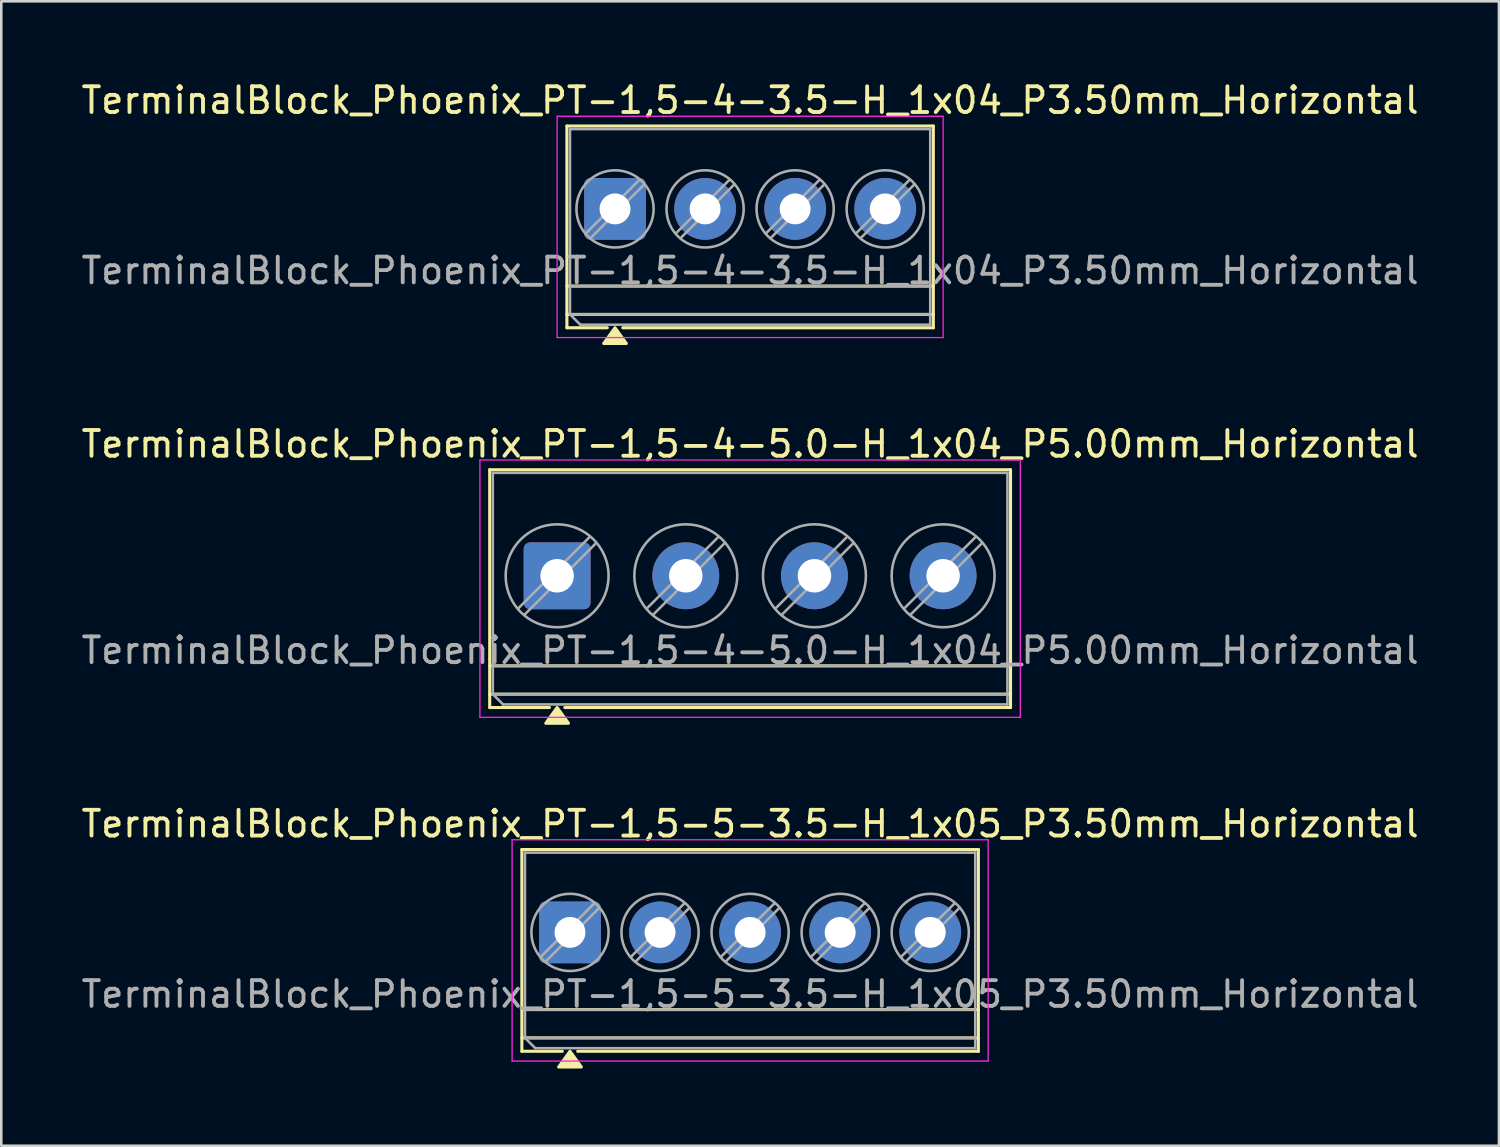
<source format=kicad_pcb>
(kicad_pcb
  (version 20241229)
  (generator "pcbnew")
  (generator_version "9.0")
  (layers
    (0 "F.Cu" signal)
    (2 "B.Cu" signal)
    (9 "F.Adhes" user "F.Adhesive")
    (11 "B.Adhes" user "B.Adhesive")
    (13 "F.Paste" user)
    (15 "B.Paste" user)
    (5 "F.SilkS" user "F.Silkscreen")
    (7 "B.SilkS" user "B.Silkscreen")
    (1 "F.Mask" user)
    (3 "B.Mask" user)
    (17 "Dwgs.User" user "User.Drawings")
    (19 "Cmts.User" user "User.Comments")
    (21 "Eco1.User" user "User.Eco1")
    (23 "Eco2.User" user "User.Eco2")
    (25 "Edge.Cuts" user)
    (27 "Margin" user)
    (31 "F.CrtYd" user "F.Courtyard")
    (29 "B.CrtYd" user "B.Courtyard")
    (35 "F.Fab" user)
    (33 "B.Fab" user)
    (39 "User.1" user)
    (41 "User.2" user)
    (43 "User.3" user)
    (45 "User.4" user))
  (footprint "TerminalBlock_Phoenix_PT-1,5-5-3.5-H_1x05_P3.50mm_Horizontal"
    (layer "F.Cu")
    (at 19.101 33.185)
    (property "Reference" "TerminalBlock_Phoenix_PT-1,5-5-3.5-H_1x05_P3.50mm_Horizontal" (at 7 -4.22 0) (layer "F.SilkS") (effects (font (size 1 1) (thickness 0.15))))
    (attr through_hole)
    (fp_line (start -1.87 -3.22) (end -1.87 4.62) (stroke (width 0.12) (type solid)) (layer "F.SilkS"))
    (fp_line (start -1.87 -3.22) (end 15.87 -3.22) (stroke (width 0.12) (type solid)) (layer "F.SilkS"))
    (fp_line (start -1.87 3) (end 15.87 3) (stroke (width 0.12) (type solid)) (layer "F.SilkS"))
    (fp_line (start -1.87 4.1) (end 15.87 4.1) (stroke (width 0.12) (type solid)) (layer "F.SilkS"))
    (fp_line (start -1.87 4.62) (end -0.3 4.62) (stroke (width 0.12) (type solid)) (layer "F.SilkS"))
    (fp_line (start 0.3 4.62) (end 15.87 4.62) (stroke (width 0.12) (type solid)) (layer "F.SilkS"))
    (fp_line (start 15.87 -3.22) (end 15.87 4.62) (stroke (width 0.12) (type solid)) (layer "F.SilkS"))
    (fp_poly (pts (xy 0 4.62) (xy 0.44 5.23) (xy -0.44 5.23)) (stroke (width 0.12) (type solid)) (fill yes) (layer "F.SilkS"))
    (fp_line (start -2.25 -3.6) (end -2.25 5) (stroke (width 0.05) (type solid)) (layer "F.CrtYd"))
    (fp_line (start -2.25 5) (end 16.25 5) (stroke (width 0.05) (type solid)) (layer "F.CrtYd"))
    (fp_line (start 16.25 -3.6) (end -2.25 -3.6) (stroke (width 0.05) (type solid)) (layer "F.CrtYd"))
    (fp_line (start 16.25 5) (end 16.25 -3.6) (stroke (width 0.05) (type solid)) (layer "F.CrtYd"))
    (fp_line (start -1.75 -3.1) (end 15.75 -3.1) (stroke (width 0.1) (type solid)) (layer "F.Fab"))
    (fp_line (start -1.75 3) (end 15.75 3) (stroke (width 0.1) (type solid)) (layer "F.Fab"))
    (fp_line (start -1.75 4.1) (end -1.75 -3.1) (stroke (width 0.1) (type solid)) (layer "F.Fab"))
    (fp_line (start -1.75 4.1) (end 15.75 4.1) (stroke (width 0.1) (type solid)) (layer "F.Fab"))
    (fp_line (start -1.35 4.5) (end -1.75 4.1) (stroke (width 0.1) (type solid)) (layer "F.Fab"))
    (fp_line (start 0.955 -1.138) (end -1.138 0.955) (stroke (width 0.1) (type solid)) (layer "F.Fab"))
    (fp_line (start 1.138 -0.955) (end -0.955 1.138) (stroke (width 0.1) (type solid)) (layer "F.Fab"))
    (fp_line (start 4.455 -1.138) (end 2.362 0.955) (stroke (width 0.1) (type solid)) (layer "F.Fab"))
    (fp_line (start 4.638 -0.955) (end 2.545 1.138) (stroke (width 0.1) (type solid)) (layer "F.Fab"))
    (fp_line (start 7.955 -1.138) (end 5.862 0.955) (stroke (width 0.1) (type solid)) (layer "F.Fab"))
    (fp_line (start 8.138 -0.955) (end 6.045 1.138) (stroke (width 0.1) (type solid)) (layer "F.Fab"))
    (fp_line (start 11.455 -1.138) (end 9.362 0.955) (stroke (width 0.1) (type solid)) (layer "F.Fab"))
    (fp_line (start 11.638 -0.955) (end 9.545 1.138) (stroke (width 0.1) (type solid)) (layer "F.Fab"))
    (fp_line (start 14.955 -1.138) (end 12.862 0.955) (stroke (width 0.1) (type solid)) (layer "F.Fab"))
    (fp_line (start 15.138 -0.955) (end 13.045 1.138) (stroke (width 0.1) (type solid)) (layer "F.Fab"))
    (fp_line (start 15.75 -3.1) (end 15.75 4.5) (stroke (width 0.1) (type solid)) (layer "F.Fab"))
    (fp_line (start 15.75 4.5) (end -1.35 4.5) (stroke (width 0.1) (type solid)) (layer "F.Fab"))
    (fp_circle (center 0 0) (end 1.5 0) (stroke (width 0.1) (type solid)) (fill no) (layer "F.Fab"))
    (fp_circle (center 3.5 0) (end 5 0) (stroke (width 0.1) (type solid)) (fill no) (layer "F.Fab"))
    (fp_circle (center 7 0) (end 8.5 0) (stroke (width 0.1) (type solid)) (fill no) (layer "F.Fab"))
    (fp_circle (center 10.5 0) (end 12 0) (stroke (width 0.1) (type solid)) (fill no) (layer "F.Fab"))
    (fp_circle (center 14 0) (end 15.5 0) (stroke (width 0.1) (type solid)) (fill no) (layer "F.Fab"))
    (fp_text user "${REFERENCE}" (at 7 2.4 0) (layer "F.Fab") (effects (font (size 1 1) (thickness 0.15))))
    (pad "1" thru_hole roundrect (at 0 0) (size 2.4 2.4) (drill 1.2) (layers "*.Cu" "*.Mask") (roundrect_rratio 0.104))
    (pad "2" thru_hole circle (at 3.5 0) (size 2.4 2.4) (drill 1.2) (layers "*.Cu" "*.Mask"))
    (pad "3" thru_hole circle (at 7 0) (size 2.4 2.4) (drill 1.2) (layers "*.Cu" "*.Mask"))
    (pad "4" thru_hole circle (at 10.5 0) (size 2.4 2.4) (drill 1.2) (layers "*.Cu" "*.Mask"))
    (pad "5" thru_hole circle (at 14 0) (size 2.4 2.4) (drill 1.2) (layers "*.Cu" "*.Mask")))
  (footprint "TerminalBlock_Phoenix_PT-1,5-4-5.0-H_1x04_P5.00mm_Horizontal"
    (layer "F.Cu")
    (at 18.601 19.326)
    (property "Reference" "TerminalBlock_Phoenix_PT-1,5-4-5.0-H_1x04_P5.00mm_Horizontal" (at 7.5 -5.12 0) (layer "F.SilkS") (effects (font (size 1 1) (thickness 0.15))))
    (attr through_hole)
    (fp_line (start -2.62 -4.12) (end -2.62 5.12) (stroke (width 0.12) (type solid)) (layer "F.SilkS"))
    (fp_line (start -2.62 -4.12) (end 17.62 -4.12) (stroke (width 0.12) (type solid)) (layer "F.SilkS"))
    (fp_line (start -2.62 3.5) (end 17.62 3.5) (stroke (width 0.12) (type solid)) (layer "F.SilkS"))
    (fp_line (start -2.62 4.6) (end 17.62 4.6) (stroke (width 0.12) (type solid)) (layer "F.SilkS"))
    (fp_line (start -2.62 5.12) (end -0.3 5.12) (stroke (width 0.12) (type solid)) (layer "F.SilkS"))
    (fp_line (start 0.3 5.12) (end 17.62 5.12) (stroke (width 0.12) (type solid)) (layer "F.SilkS"))
    (fp_line (start 17.62 -4.12) (end 17.62 5.12) (stroke (width 0.12) (type solid)) (layer "F.SilkS"))
    (fp_poly (pts (xy 0 5.12) (xy 0.44 5.73) (xy -0.44 5.73)) (stroke (width 0.12) (type solid)) (fill yes) (layer "F.SilkS"))
    (fp_line (start -3 -4.5) (end -3 5.5) (stroke (width 0.05) (type solid)) (layer "F.CrtYd"))
    (fp_line (start -3 5.5) (end 18 5.5) (stroke (width 0.05) (type solid)) (layer "F.CrtYd"))
    (fp_line (start 18 -4.5) (end -3 -4.5) (stroke (width 0.05) (type solid)) (layer "F.CrtYd"))
    (fp_line (start 18 5.5) (end 18 -4.5) (stroke (width 0.05) (type solid)) (layer "F.CrtYd"))
    (fp_line (start -2.5 -4) (end 17.5 -4) (stroke (width 0.1) (type solid)) (layer "F.Fab"))
    (fp_line (start -2.5 3.5) (end 17.5 3.5) (stroke (width 0.1) (type solid)) (layer "F.Fab"))
    (fp_line (start -2.5 4.6) (end -2.5 -4) (stroke (width 0.1) (type solid)) (layer "F.Fab"))
    (fp_line (start -2.5 4.6) (end 17.5 4.6) (stroke (width 0.1) (type solid)) (layer "F.Fab"))
    (fp_line (start -2.1 5) (end -2.5 4.6) (stroke (width 0.1) (type solid)) (layer "F.Fab"))
    (fp_line (start 1.273 -1.517) (end -1.517 1.273) (stroke (width 0.1) (type solid)) (layer "F.Fab"))
    (fp_line (start 1.517 -1.273) (end -1.273 1.517) (stroke (width 0.1) (type solid)) (layer "F.Fab"))
    (fp_line (start 6.273 -1.517) (end 3.483 1.273) (stroke (width 0.1) (type solid)) (layer "F.Fab"))
    (fp_line (start 6.517 -1.273) (end 3.727 1.517) (stroke (width 0.1) (type solid)) (layer "F.Fab"))
    (fp_line (start 11.273 -1.517) (end 8.483 1.273) (stroke (width 0.1) (type solid)) (layer "F.Fab"))
    (fp_line (start 11.517 -1.273) (end 8.727 1.517) (stroke (width 0.1) (type solid)) (layer "F.Fab"))
    (fp_line (start 16.273 -1.517) (end 13.483 1.273) (stroke (width 0.1) (type solid)) (layer "F.Fab"))
    (fp_line (start 16.517 -1.273) (end 13.727 1.517) (stroke (width 0.1) (type solid)) (layer "F.Fab"))
    (fp_line (start 17.5 -4) (end 17.5 5) (stroke (width 0.1) (type solid)) (layer "F.Fab"))
    (fp_line (start 17.5 5) (end -2.1 5) (stroke (width 0.1) (type solid)) (layer "F.Fab"))
    (fp_circle (center 0 0) (end 2 0) (stroke (width 0.1) (type solid)) (fill no) (layer "F.Fab"))
    (fp_circle (center 5 0) (end 7 0) (stroke (width 0.1) (type solid)) (fill no) (layer "F.Fab"))
    (fp_circle (center 10 0) (end 12 0) (stroke (width 0.1) (type solid)) (fill no) (layer "F.Fab"))
    (fp_circle (center 15 0) (end 17 0) (stroke (width 0.1) (type solid)) (fill no) (layer "F.Fab"))
    (fp_text user "${REFERENCE}" (at 7.5 2.9 0) (layer "F.Fab") (effects (font (size 1 1) (thickness 0.15))))
    (pad "1" thru_hole roundrect (at 0 0) (size 2.6 2.6) (drill 1.3) (layers "*.Cu" "*.Mask") (roundrect_rratio 0.096))
    (pad "2" thru_hole circle (at 5 0) (size 2.6 2.6) (drill 1.3) (layers "*.Cu" "*.Mask"))
    (pad "3" thru_hole circle (at 10 0) (size 2.6 2.6) (drill 1.3) (layers "*.Cu" "*.Mask"))
    (pad "4" thru_hole circle (at 15 0) (size 2.6 2.6) (drill 1.3) (layers "*.Cu" "*.Mask")))
  (footprint "TerminalBlock_Phoenix_PT-1,5-4-3.5-H_1x04_P3.50mm_Horizontal"
    (layer "F.Cu")
    (at 20.851 5.068)
    (property "Reference" "TerminalBlock_Phoenix_PT-1,5-4-3.5-H_1x04_P3.50mm_Horizontal" (at 5.25 -4.22 0) (layer "F.SilkS") (effects (font (size 1 1) (thickness 0.15))))
    (attr through_hole)
    (fp_line (start -1.87 -3.22) (end -1.87 4.62) (stroke (width 0.12) (type solid)) (layer "F.SilkS"))
    (fp_line (start -1.87 -3.22) (end 12.37 -3.22) (stroke (width 0.12) (type solid)) (layer "F.SilkS"))
    (fp_line (start -1.87 3) (end 12.37 3) (stroke (width 0.12) (type solid)) (layer "F.SilkS"))
    (fp_line (start -1.87 4.1) (end 12.37 4.1) (stroke (width 0.12) (type solid)) (layer "F.SilkS"))
    (fp_line (start -1.87 4.62) (end -0.3 4.62) (stroke (width 0.12) (type solid)) (layer "F.SilkS"))
    (fp_line (start 0.3 4.62) (end 12.37 4.62) (stroke (width 0.12) (type solid)) (layer "F.SilkS"))
    (fp_line (start 12.37 -3.22) (end 12.37 4.62) (stroke (width 0.12) (type solid)) (layer "F.SilkS"))
    (fp_poly (pts (xy 0 4.62) (xy 0.44 5.23) (xy -0.44 5.23)) (stroke (width 0.12) (type solid)) (fill yes) (layer "F.SilkS"))
    (fp_line (start -2.25 -3.6) (end -2.25 5) (stroke (width 0.05) (type solid)) (layer "F.CrtYd"))
    (fp_line (start -2.25 5) (end 12.75 5) (stroke (width 0.05) (type solid)) (layer "F.CrtYd"))
    (fp_line (start 12.75 -3.6) (end -2.25 -3.6) (stroke (width 0.05) (type solid)) (layer "F.CrtYd"))
    (fp_line (start 12.75 5) (end 12.75 -3.6) (stroke (width 0.05) (type solid)) (layer "F.CrtYd"))
    (fp_line (start -1.75 -3.1) (end 12.25 -3.1) (stroke (width 0.1) (type solid)) (layer "F.Fab"))
    (fp_line (start -1.75 3) (end 12.25 3) (stroke (width 0.1) (type solid)) (layer "F.Fab"))
    (fp_line (start -1.75 4.1) (end -1.75 -3.1) (stroke (width 0.1) (type solid)) (layer "F.Fab"))
    (fp_line (start -1.75 4.1) (end 12.25 4.1) (stroke (width 0.1) (type solid)) (layer "F.Fab"))
    (fp_line (start -1.35 4.5) (end -1.75 4.1) (stroke (width 0.1) (type solid)) (layer "F.Fab"))
    (fp_line (start 0.955 -1.138) (end -1.138 0.955) (stroke (width 0.1) (type solid)) (layer "F.Fab"))
    (fp_line (start 1.138 -0.955) (end -0.955 1.138) (stroke (width 0.1) (type solid)) (layer "F.Fab"))
    (fp_line (start 4.455 -1.138) (end 2.362 0.955) (stroke (width 0.1) (type solid)) (layer "F.Fab"))
    (fp_line (start 4.638 -0.955) (end 2.545 1.138) (stroke (width 0.1) (type solid)) (layer "F.Fab"))
    (fp_line (start 7.955 -1.138) (end 5.862 0.955) (stroke (width 0.1) (type solid)) (layer "F.Fab"))
    (fp_line (start 8.138 -0.955) (end 6.045 1.138) (stroke (width 0.1) (type solid)) (layer "F.Fab"))
    (fp_line (start 11.455 -1.138) (end 9.362 0.955) (stroke (width 0.1) (type solid)) (layer "F.Fab"))
    (fp_line (start 11.638 -0.955) (end 9.545 1.138) (stroke (width 0.1) (type solid)) (layer "F.Fab"))
    (fp_line (start 12.25 -3.1) (end 12.25 4.5) (stroke (width 0.1) (type solid)) (layer "F.Fab"))
    (fp_line (start 12.25 4.5) (end -1.35 4.5) (stroke (width 0.1) (type solid)) (layer "F.Fab"))
    (fp_circle (center 0 0) (end 1.5 0) (stroke (width 0.1) (type solid)) (fill no) (layer "F.Fab"))
    (fp_circle (center 3.5 0) (end 5 0) (stroke (width 0.1) (type solid)) (fill no) (layer "F.Fab"))
    (fp_circle (center 7 0) (end 8.5 0) (stroke (width 0.1) (type solid)) (fill no) (layer "F.Fab"))
    (fp_circle (center 10.5 0) (end 12 0) (stroke (width 0.1) (type solid)) (fill no) (layer "F.Fab"))
    (fp_text user "${REFERENCE}" (at 5.25 2.4 0) (layer "F.Fab") (effects (font (size 1 1) (thickness 0.15))))
    (pad "1" thru_hole roundrect (at 0 0) (size 2.4 2.4) (drill 1.2) (layers "*.Cu" "*.Mask") (roundrect_rratio 0.104))
    (pad "2" thru_hole circle (at 3.5 0) (size 2.4 2.4) (drill 1.2) (layers "*.Cu" "*.Mask"))
    (pad "3" thru_hole circle (at 7 0) (size 2.4 2.4) (drill 1.2) (layers "*.Cu" "*.Mask"))
    (pad "4" thru_hole circle (at 10.5 0) (size 2.4 2.4) (drill 1.2) (layers "*.Cu" "*.Mask")))
  (gr_rect
    (start -3 -3)
    (end 55.202 41.475)
    (stroke (width 0.1) (type default))
    (fill no)
    (layer "Edge.Cuts")))
</source>
